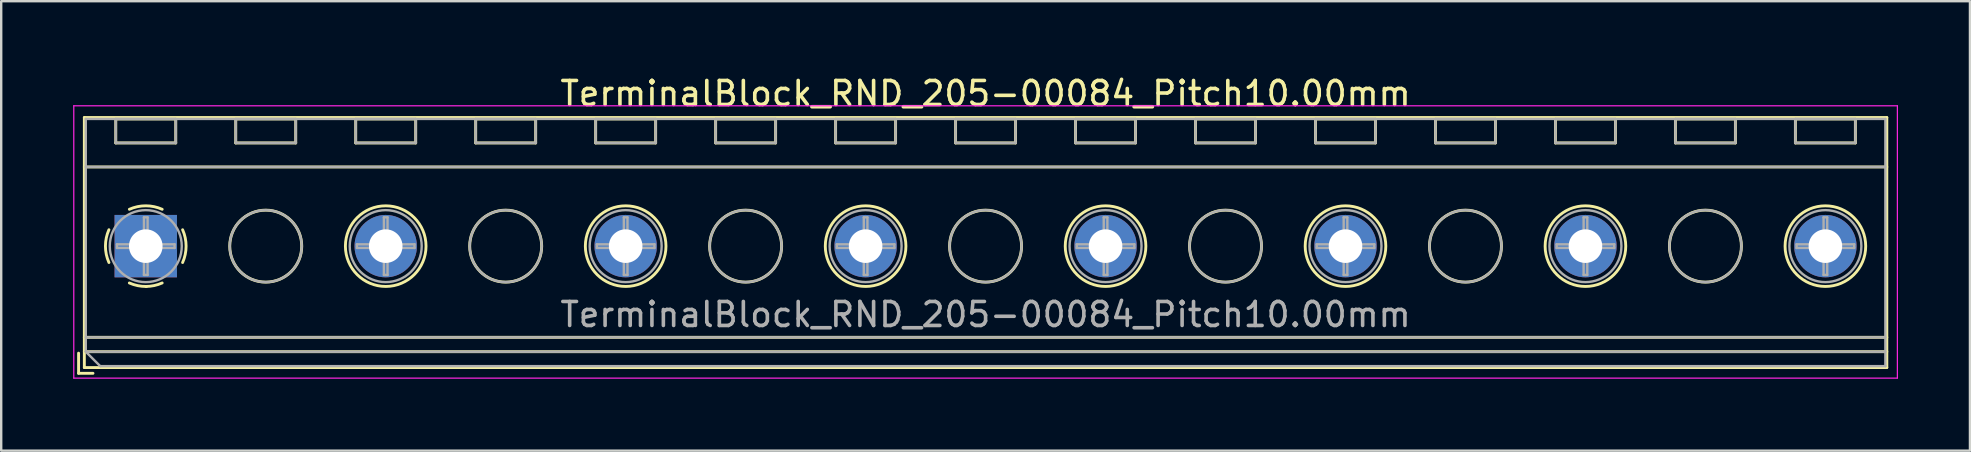
<source format=kicad_pcb>
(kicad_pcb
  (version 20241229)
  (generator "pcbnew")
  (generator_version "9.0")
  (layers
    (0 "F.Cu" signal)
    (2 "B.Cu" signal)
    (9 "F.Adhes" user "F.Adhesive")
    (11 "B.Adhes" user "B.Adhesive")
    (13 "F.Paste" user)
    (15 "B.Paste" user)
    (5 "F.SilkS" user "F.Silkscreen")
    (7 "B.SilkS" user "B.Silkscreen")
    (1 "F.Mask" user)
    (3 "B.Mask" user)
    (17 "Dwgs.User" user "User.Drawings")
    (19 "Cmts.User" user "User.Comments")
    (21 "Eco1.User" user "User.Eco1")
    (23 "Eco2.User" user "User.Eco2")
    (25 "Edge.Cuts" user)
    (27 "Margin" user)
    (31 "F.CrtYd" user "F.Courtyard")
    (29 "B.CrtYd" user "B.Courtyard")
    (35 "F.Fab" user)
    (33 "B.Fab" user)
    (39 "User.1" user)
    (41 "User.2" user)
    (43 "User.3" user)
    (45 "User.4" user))
  (footprint "TerminalBlock_RND_205-00084_Pitch10.00mm"
    (layer "F.Cu")
    (at 3.025 7.208)
    (property "Reference" "TerminalBlock_RND_205-00084_Pitch10.00mm" (at 35 -6.36 0) (layer "F.SilkS") (effects (font (size 1 1) (thickness 0.15))))
    (attr through_hole)
    (fp_line (start -2.8 4.46) (end -2.8 5.3) (stroke (width 0.12) (type solid)) (layer "F.SilkS"))
    (fp_line (start -2.8 5.3) (end -2.2 5.3) (stroke (width 0.12) (type solid)) (layer "F.SilkS"))
    (fp_line (start -2.56 -5.36) (end -2.56 5.06) (stroke (width 0.12) (type solid)) (layer "F.SilkS"))
    (fp_line (start -2.56 -3.3) (end 72.56 -3.3) (stroke (width 0.12) (type solid)) (layer "F.SilkS"))
    (fp_line (start -2.56 3.8) (end 72.56 3.8) (stroke (width 0.12) (type solid)) (layer "F.SilkS"))
    (fp_line (start -2.56 4.4) (end 72.56 4.4) (stroke (width 0.12) (type solid)) (layer "F.SilkS"))
    (fp_line (start -2.56 5.06) (end 72.56 5.06) (stroke (width 0.12) (type solid)) (layer "F.SilkS"))
    (fp_line (start -1.25 -5.301) (end -1.25 -4.301) (stroke (width 0.12) (type solid)) (layer "F.SilkS"))
    (fp_line (start -1.25 -5.301) (end 1.25 -5.301) (stroke (width 0.12) (type solid)) (layer "F.SilkS"))
    (fp_line (start -1.25 -4.301) (end 1.25 -4.301) (stroke (width 0.12) (type solid)) (layer "F.SilkS"))
    (fp_line (start 1.25 -5.301) (end 1.25 -4.301) (stroke (width 0.12) (type solid)) (layer "F.SilkS"))
    (fp_line (start 3.75 -5.301) (end 3.75 -4.301) (stroke (width 0.12) (type solid)) (layer "F.SilkS"))
    (fp_line (start 3.75 -5.301) (end 6.25 -5.301) (stroke (width 0.12) (type solid)) (layer "F.SilkS"))
    (fp_line (start 3.75 -4.301) (end 6.25 -4.301) (stroke (width 0.12) (type solid)) (layer "F.SilkS"))
    (fp_line (start 6.25 -5.301) (end 6.25 -4.301) (stroke (width 0.12) (type solid)) (layer "F.SilkS"))
    (fp_line (start 8.75 -5.301) (end 8.75 -4.301) (stroke (width 0.12) (type solid)) (layer "F.SilkS"))
    (fp_line (start 8.75 -5.301) (end 11.25 -5.301) (stroke (width 0.12) (type solid)) (layer "F.SilkS"))
    (fp_line (start 8.75 -4.301) (end 11.25 -4.301) (stroke (width 0.12) (type solid)) (layer "F.SilkS"))
    (fp_line (start 11.25 -5.301) (end 11.25 -4.301) (stroke (width 0.12) (type solid)) (layer "F.SilkS"))
    (fp_line (start 13.75 -5.301) (end 13.75 -4.301) (stroke (width 0.12) (type solid)) (layer "F.SilkS"))
    (fp_line (start 13.75 -5.301) (end 16.25 -5.301) (stroke (width 0.12) (type solid)) (layer "F.SilkS"))
    (fp_line (start 13.75 -4.301) (end 16.25 -4.301) (stroke (width 0.12) (type solid)) (layer "F.SilkS"))
    (fp_line (start 16.25 -5.301) (end 16.25 -4.301) (stroke (width 0.12) (type solid)) (layer "F.SilkS"))
    (fp_line (start 18.75 -5.301) (end 18.75 -4.301) (stroke (width 0.12) (type solid)) (layer "F.SilkS"))
    (fp_line (start 18.75 -5.301) (end 21.25 -5.301) (stroke (width 0.12) (type solid)) (layer "F.SilkS"))
    (fp_line (start 18.75 -4.301) (end 21.25 -4.301) (stroke (width 0.12) (type solid)) (layer "F.SilkS"))
    (fp_line (start 21.25 -5.301) (end 21.25 -4.301) (stroke (width 0.12) (type solid)) (layer "F.SilkS"))
    (fp_line (start 23.75 -5.301) (end 23.75 -4.301) (stroke (width 0.12) (type solid)) (layer "F.SilkS"))
    (fp_line (start 23.75 -5.301) (end 26.25 -5.301) (stroke (width 0.12) (type solid)) (layer "F.SilkS"))
    (fp_line (start 23.75 -4.301) (end 26.25 -4.301) (stroke (width 0.12) (type solid)) (layer "F.SilkS"))
    (fp_line (start 26.25 -5.301) (end 26.25 -4.301) (stroke (width 0.12) (type solid)) (layer "F.SilkS"))
    (fp_line (start 28.75 -5.301) (end 28.75 -4.301) (stroke (width 0.12) (type solid)) (layer "F.SilkS"))
    (fp_line (start 28.75 -5.301) (end 31.25 -5.301) (stroke (width 0.12) (type solid)) (layer "F.SilkS"))
    (fp_line (start 28.75 -4.301) (end 31.25 -4.301) (stroke (width 0.12) (type solid)) (layer "F.SilkS"))
    (fp_line (start 31.25 -5.301) (end 31.25 -4.301) (stroke (width 0.12) (type solid)) (layer "F.SilkS"))
    (fp_line (start 33.75 -5.301) (end 33.75 -4.301) (stroke (width 0.12) (type solid)) (layer "F.SilkS"))
    (fp_line (start 33.75 -5.301) (end 36.25 -5.301) (stroke (width 0.12) (type solid)) (layer "F.SilkS"))
    (fp_line (start 33.75 -4.301) (end 36.25 -4.301) (stroke (width 0.12) (type solid)) (layer "F.SilkS"))
    (fp_line (start 36.25 -5.301) (end 36.25 -4.301) (stroke (width 0.12) (type solid)) (layer "F.SilkS"))
    (fp_line (start 38.75 -5.301) (end 38.75 -4.301) (stroke (width 0.12) (type solid)) (layer "F.SilkS"))
    (fp_line (start 38.75 -5.301) (end 41.25 -5.301) (stroke (width 0.12) (type solid)) (layer "F.SilkS"))
    (fp_line (start 38.75 -4.301) (end 41.25 -4.301) (stroke (width 0.12) (type solid)) (layer "F.SilkS"))
    (fp_line (start 41.25 -5.301) (end 41.25 -4.301) (stroke (width 0.12) (type solid)) (layer "F.SilkS"))
    (fp_line (start 43.75 -5.301) (end 43.75 -4.301) (stroke (width 0.12) (type solid)) (layer "F.SilkS"))
    (fp_line (start 43.75 -5.301) (end 46.25 -5.301) (stroke (width 0.12) (type solid)) (layer "F.SilkS"))
    (fp_line (start 43.75 -4.301) (end 46.25 -4.301) (stroke (width 0.12) (type solid)) (layer "F.SilkS"))
    (fp_line (start 46.25 -5.301) (end 46.25 -4.301) (stroke (width 0.12) (type solid)) (layer "F.SilkS"))
    (fp_line (start 48.75 -5.301) (end 48.75 -4.301) (stroke (width 0.12) (type solid)) (layer "F.SilkS"))
    (fp_line (start 48.75 -5.301) (end 51.25 -5.301) (stroke (width 0.12) (type solid)) (layer "F.SilkS"))
    (fp_line (start 48.75 -4.301) (end 51.25 -4.301) (stroke (width 0.12) (type solid)) (layer "F.SilkS"))
    (fp_line (start 51.25 -5.301) (end 51.25 -4.301) (stroke (width 0.12) (type solid)) (layer "F.SilkS"))
    (fp_line (start 53.75 -5.301) (end 53.75 -4.301) (stroke (width 0.12) (type solid)) (layer "F.SilkS"))
    (fp_line (start 53.75 -5.301) (end 56.25 -5.301) (stroke (width 0.12) (type solid)) (layer "F.SilkS"))
    (fp_line (start 53.75 -4.301) (end 56.25 -4.301) (stroke (width 0.12) (type solid)) (layer "F.SilkS"))
    (fp_line (start 56.25 -5.301) (end 56.25 -4.301) (stroke (width 0.12) (type solid)) (layer "F.SilkS"))
    (fp_line (start 58.75 -5.301) (end 58.75 -4.301) (stroke (width 0.12) (type solid)) (layer "F.SilkS"))
    (fp_line (start 58.75 -5.301) (end 61.25 -5.301) (stroke (width 0.12) (type solid)) (layer "F.SilkS"))
    (fp_line (start 58.75 -4.301) (end 61.25 -4.301) (stroke (width 0.12) (type solid)) (layer "F.SilkS"))
    (fp_line (start 61.25 -5.301) (end 61.25 -4.301) (stroke (width 0.12) (type solid)) (layer "F.SilkS"))
    (fp_line (start 63.75 -5.301) (end 63.75 -4.301) (stroke (width 0.12) (type solid)) (layer "F.SilkS"))
    (fp_line (start 63.75 -5.301) (end 66.25 -5.301) (stroke (width 0.12) (type solid)) (layer "F.SilkS"))
    (fp_line (start 63.75 -4.301) (end 66.25 -4.301) (stroke (width 0.12) (type solid)) (layer "F.SilkS"))
    (fp_line (start 66.25 -5.301) (end 66.25 -4.301) (stroke (width 0.12) (type solid)) (layer "F.SilkS"))
    (fp_line (start 68.75 -5.301) (end 68.75 -4.301) (stroke (width 0.12) (type solid)) (layer "F.SilkS"))
    (fp_line (start 68.75 -5.301) (end 71.25 -5.301) (stroke (width 0.12) (type solid)) (layer "F.SilkS"))
    (fp_line (start 68.75 -4.301) (end 71.25 -4.301) (stroke (width 0.12) (type solid)) (layer "F.SilkS"))
    (fp_line (start 71.25 -5.301) (end 71.25 -4.301) (stroke (width 0.12) (type solid)) (layer "F.SilkS"))
    (fp_line (start 72.56 -5.36) (end -2.56 -5.36) (stroke (width 0.12) (type solid)) (layer "F.SilkS"))
    (fp_line (start 72.56 5.06) (end 72.56 -5.36) (stroke (width 0.12) (type solid)) (layer "F.SilkS"))
    (fp_arc (start -1.535427 0.683042) (mid -1.680501 -0.000524) (end -1.535 -0.684) (stroke (width 0.12) (type solid)) (layer "F.SilkS"))
    (fp_arc (start -0.683042 -1.535427) (mid 0.000524 -1.680501) (end 0.684 -1.535) (stroke (width 0.12) (type solid)) (layer "F.SilkS"))
    (fp_arc (start 0.028805 1.680253) (mid -0.335551 1.646659) (end -0.684 1.535) (stroke (width 0.12) (type solid)) (layer "F.SilkS"))
    (fp_arc (start 0.683318 1.534756) (mid 0.349292 1.643288) (end 0 1.68) (stroke (width 0.12) (type solid)) (layer "F.SilkS"))
    (fp_arc (start 1.535427 -0.683042) (mid 1.680501 0.000524) (end 1.535 0.684) (stroke (width 0.12) (type solid)) (layer "F.SilkS"))
    (fp_circle (center 5 0) (end 6.5 0) (stroke (width 0.12) (type solid)) (fill no) (layer "F.SilkS"))
    (fp_circle (center 10 0) (end 11.68 0) (stroke (width 0.12) (type solid)) (fill no) (layer "F.SilkS"))
    (fp_circle (center 15 0) (end 16.5 0) (stroke (width 0.12) (type solid)) (fill no) (layer "F.SilkS"))
    (fp_circle (center 20 0) (end 21.68 0) (stroke (width 0.12) (type solid)) (fill no) (layer "F.SilkS"))
    (fp_circle (center 25 0) (end 26.5 0) (stroke (width 0.12) (type solid)) (fill no) (layer "F.SilkS"))
    (fp_circle (center 30 0) (end 31.68 0) (stroke (width 0.12) (type solid)) (fill no) (layer "F.SilkS"))
    (fp_circle (center 35 0) (end 36.5 0) (stroke (width 0.12) (type solid)) (fill no) (layer "F.SilkS"))
    (fp_circle (center 40 0) (end 41.68 0) (stroke (width 0.12) (type solid)) (fill no) (layer "F.SilkS"))
    (fp_circle (center 45 0) (end 46.5 0) (stroke (width 0.12) (type solid)) (fill no) (layer "F.SilkS"))
    (fp_circle (center 50 0) (end 51.68 0) (stroke (width 0.12) (type solid)) (fill no) (layer "F.SilkS"))
    (fp_circle (center 55 0) (end 56.5 0) (stroke (width 0.12) (type solid)) (fill no) (layer "F.SilkS"))
    (fp_circle (center 60 0) (end 61.68 0) (stroke (width 0.12) (type solid)) (fill no) (layer "F.SilkS"))
    (fp_circle (center 65 0) (end 66.5 0) (stroke (width 0.12) (type solid)) (fill no) (layer "F.SilkS"))
    (fp_circle (center 70 0) (end 71.68 0) (stroke (width 0.12) (type solid)) (fill no) (layer "F.SilkS"))
    (fp_line (start -3 -5.85) (end -3 5.5) (stroke (width 0.05) (type solid)) (layer "F.CrtYd"))
    (fp_line (start -3 5.5) (end 73 5.5) (stroke (width 0.05) (type solid)) (layer "F.CrtYd"))
    (fp_line (start 73 -5.85) (end -3 -5.85) (stroke (width 0.05) (type solid)) (layer "F.CrtYd"))
    (fp_line (start 73 5.5) (end 73 -5.85) (stroke (width 0.05) (type solid)) (layer "F.CrtYd"))
    (fp_line (start -2.5 -5.3) (end 72.5 -5.3) (stroke (width 0.1) (type solid)) (layer "F.Fab"))
    (fp_line (start -2.5 -3.3) (end 72.5 -3.3) (stroke (width 0.1) (type solid)) (layer "F.Fab"))
    (fp_line (start -2.5 3.8) (end 72.5 3.8) (stroke (width 0.1) (type solid)) (layer "F.Fab"))
    (fp_line (start -2.5 4.4) (end -2.5 -5.3) (stroke (width 0.1) (type solid)) (layer "F.Fab"))
    (fp_line (start -2.5 4.4) (end 72.5 4.4) (stroke (width 0.1) (type solid)) (layer "F.Fab"))
    (fp_line (start -1.9 5) (end -2.5 4.4) (stroke (width 0.1) (type solid)) (layer "F.Fab"))
    (fp_line (start -1.25 -5.3) (end -1.25 -4.3) (stroke (width 0.1) (type solid)) (layer "F.Fab"))
    (fp_line (start -1.25 -4.3) (end 1.25 -4.3) (stroke (width 0.1) (type solid)) (layer "F.Fab"))
    (fp_line (start -1.201 -0.076) (end -0.076 -0.076) (stroke (width 0.1) (type solid)) (layer "F.Fab"))
    (fp_line (start -1.201 0.076) (end -1.201 -0.076) (stroke (width 0.1) (type solid)) (layer "F.Fab"))
    (fp_line (start -0.076 -1.201) (end 0.076 -1.201) (stroke (width 0.1) (type solid)) (layer "F.Fab"))
    (fp_line (start -0.076 -0.076) (end -0.076 -1.201) (stroke (width 0.1) (type solid)) (layer "F.Fab"))
    (fp_line (start -0.076 0.076) (end -1.201 0.076) (stroke (width 0.1) (type solid)) (layer "F.Fab"))
    (fp_line (start -0.076 1.201) (end -0.076 0.076) (stroke (width 0.1) (type solid)) (layer "F.Fab"))
    (fp_line (start 0.076 -1.201) (end 0.076 -0.076) (stroke (width 0.1) (type solid)) (layer "F.Fab"))
    (fp_line (start 0.076 -0.076) (end 1.201 -0.076) (stroke (width 0.1) (type solid)) (layer "F.Fab"))
    (fp_line (start 0.076 0.076) (end 0.076 1.201) (stroke (width 0.1) (type solid)) (layer "F.Fab"))
    (fp_line (start 0.076 1.201) (end -0.076 1.201) (stroke (width 0.1) (type solid)) (layer "F.Fab"))
    (fp_line (start 1.201 -0.076) (end 1.201 0.076) (stroke (width 0.1) (type solid)) (layer "F.Fab"))
    (fp_line (start 1.201 0.076) (end 0.076 0.076) (stroke (width 0.1) (type solid)) (layer "F.Fab"))
    (fp_line (start 1.25 -5.3) (end -1.25 -5.3) (stroke (width 0.1) (type solid)) (layer "F.Fab"))
    (fp_line (start 1.25 -4.3) (end 1.25 -5.3) (stroke (width 0.1) (type solid)) (layer "F.Fab"))
    (fp_line (start 3.75 -5.3) (end 3.75 -4.3) (stroke (width 0.1) (type solid)) (layer "F.Fab"))
    (fp_line (start 3.75 -4.3) (end 6.25 -4.3) (stroke (width 0.1) (type solid)) (layer "F.Fab"))
    (fp_line (start 6.25 -5.3) (end 3.75 -5.3) (stroke (width 0.1) (type solid)) (layer "F.Fab"))
    (fp_line (start 6.25 -4.3) (end 6.25 -5.3) (stroke (width 0.1) (type solid)) (layer "F.Fab"))
    (fp_line (start 8.75 -5.3) (end 8.75 -4.3) (stroke (width 0.1) (type solid)) (layer "F.Fab"))
    (fp_line (start 8.75 -4.3) (end 11.25 -4.3) (stroke (width 0.1) (type solid)) (layer "F.Fab"))
    (fp_line (start 8.799 -0.076) (end 9.924 -0.076) (stroke (width 0.1) (type solid)) (layer "F.Fab"))
    (fp_line (start 8.799 0.076) (end 8.799 -0.076) (stroke (width 0.1) (type solid)) (layer "F.Fab"))
    (fp_line (start 9.924 -1.201) (end 10.076 -1.201) (stroke (width 0.1) (type solid)) (layer "F.Fab"))
    (fp_line (start 9.924 -0.076) (end 9.924 -1.201) (stroke (width 0.1) (type solid)) (layer "F.Fab"))
    (fp_line (start 9.924 0.076) (end 8.799 0.076) (stroke (width 0.1) (type solid)) (layer "F.Fab"))
    (fp_line (start 9.924 1.201) (end 9.924 0.076) (stroke (width 0.1) (type solid)) (layer "F.Fab"))
    (fp_line (start 10.076 -1.201) (end 10.076 -0.076) (stroke (width 0.1) (type solid)) (layer "F.Fab"))
    (fp_line (start 10.076 -0.076) (end 11.201 -0.076) (stroke (width 0.1) (type solid)) (layer "F.Fab"))
    (fp_line (start 10.076 0.076) (end 10.076 1.201) (stroke (width 0.1) (type solid)) (layer "F.Fab"))
    (fp_line (start 10.076 1.201) (end 9.924 1.201) (stroke (width 0.1) (type solid)) (layer "F.Fab"))
    (fp_line (start 11.201 -0.076) (end 11.201 0.076) (stroke (width 0.1) (type solid)) (layer "F.Fab"))
    (fp_line (start 11.201 0.076) (end 10.076 0.076) (stroke (width 0.1) (type solid)) (layer "F.Fab"))
    (fp_line (start 11.25 -5.3) (end 8.75 -5.3) (stroke (width 0.1) (type solid)) (layer "F.Fab"))
    (fp_line (start 11.25 -4.3) (end 11.25 -5.3) (stroke (width 0.1) (type solid)) (layer "F.Fab"))
    (fp_line (start 13.75 -5.3) (end 13.75 -4.3) (stroke (width 0.1) (type solid)) (layer "F.Fab"))
    (fp_line (start 13.75 -4.3) (end 16.25 -4.3) (stroke (width 0.1) (type solid)) (layer "F.Fab"))
    (fp_line (start 16.25 -5.3) (end 13.75 -5.3) (stroke (width 0.1) (type solid)) (layer "F.Fab"))
    (fp_line (start 16.25 -4.3) (end 16.25 -5.3) (stroke (width 0.1) (type solid)) (layer "F.Fab"))
    (fp_line (start 18.75 -5.3) (end 18.75 -4.3) (stroke (width 0.1) (type solid)) (layer "F.Fab"))
    (fp_line (start 18.75 -4.3) (end 21.25 -4.3) (stroke (width 0.1) (type solid)) (layer "F.Fab"))
    (fp_line (start 18.799 -0.076) (end 19.924 -0.076) (stroke (width 0.1) (type solid)) (layer "F.Fab"))
    (fp_line (start 18.799 0.076) (end 18.799 -0.076) (stroke (width 0.1) (type solid)) (layer "F.Fab"))
    (fp_line (start 19.924 -1.201) (end 20.076 -1.201) (stroke (width 0.1) (type solid)) (layer "F.Fab"))
    (fp_line (start 19.924 -0.076) (end 19.924 -1.201) (stroke (width 0.1) (type solid)) (layer "F.Fab"))
    (fp_line (start 19.924 0.076) (end 18.799 0.076) (stroke (width 0.1) (type solid)) (layer "F.Fab"))
    (fp_line (start 19.924 1.201) (end 19.924 0.076) (stroke (width 0.1) (type solid)) (layer "F.Fab"))
    (fp_line (start 20.076 -1.201) (end 20.076 -0.076) (stroke (width 0.1) (type solid)) (layer "F.Fab"))
    (fp_line (start 20.076 -0.076) (end 21.201 -0.076) (stroke (width 0.1) (type solid)) (layer "F.Fab"))
    (fp_line (start 20.076 0.076) (end 20.076 1.201) (stroke (width 0.1) (type solid)) (layer "F.Fab"))
    (fp_line (start 20.076 1.201) (end 19.924 1.201) (stroke (width 0.1) (type solid)) (layer "F.Fab"))
    (fp_line (start 21.201 -0.076) (end 21.201 0.076) (stroke (width 0.1) (type solid)) (layer "F.Fab"))
    (fp_line (start 21.201 0.076) (end 20.076 0.076) (stroke (width 0.1) (type solid)) (layer "F.Fab"))
    (fp_line (start 21.25 -5.3) (end 18.75 -5.3) (stroke (width 0.1) (type solid)) (layer "F.Fab"))
    (fp_line (start 21.25 -4.3) (end 21.25 -5.3) (stroke (width 0.1) (type solid)) (layer "F.Fab"))
    (fp_line (start 23.75 -5.3) (end 23.75 -4.3) (stroke (width 0.1) (type solid)) (layer "F.Fab"))
    (fp_line (start 23.75 -4.3) (end 26.25 -4.3) (stroke (width 0.1) (type solid)) (layer "F.Fab"))
    (fp_line (start 26.25 -5.3) (end 23.75 -5.3) (stroke (width 0.1) (type solid)) (layer "F.Fab"))
    (fp_line (start 26.25 -4.3) (end 26.25 -5.3) (stroke (width 0.1) (type solid)) (layer "F.Fab"))
    (fp_line (start 28.75 -5.3) (end 28.75 -4.3) (stroke (width 0.1) (type solid)) (layer "F.Fab"))
    (fp_line (start 28.75 -4.3) (end 31.25 -4.3) (stroke (width 0.1) (type solid)) (layer "F.Fab"))
    (fp_line (start 28.799 -0.076) (end 29.924 -0.076) (stroke (width 0.1) (type solid)) (layer "F.Fab"))
    (fp_line (start 28.799 0.076) (end 28.799 -0.076) (stroke (width 0.1) (type solid)) (layer "F.Fab"))
    (fp_line (start 29.924 -1.201) (end 30.076 -1.201) (stroke (width 0.1) (type solid)) (layer "F.Fab"))
    (fp_line (start 29.924 -0.076) (end 29.924 -1.201) (stroke (width 0.1) (type solid)) (layer "F.Fab"))
    (fp_line (start 29.924 0.076) (end 28.799 0.076) (stroke (width 0.1) (type solid)) (layer "F.Fab"))
    (fp_line (start 29.924 1.201) (end 29.924 0.076) (stroke (width 0.1) (type solid)) (layer "F.Fab"))
    (fp_line (start 30.076 -1.201) (end 30.076 -0.076) (stroke (width 0.1) (type solid)) (layer "F.Fab"))
    (fp_line (start 30.076 -0.076) (end 31.201 -0.076) (stroke (width 0.1) (type solid)) (layer "F.Fab"))
    (fp_line (start 30.076 0.076) (end 30.076 1.201) (stroke (width 0.1) (type solid)) (layer "F.Fab"))
    (fp_line (start 30.076 1.201) (end 29.924 1.201) (stroke (width 0.1) (type solid)) (layer "F.Fab"))
    (fp_line (start 31.201 -0.076) (end 31.201 0.076) (stroke (width 0.1) (type solid)) (layer "F.Fab"))
    (fp_line (start 31.201 0.076) (end 30.076 0.076) (stroke (width 0.1) (type solid)) (layer "F.Fab"))
    (fp_line (start 31.25 -5.3) (end 28.75 -5.3) (stroke (width 0.1) (type solid)) (layer "F.Fab"))
    (fp_line (start 31.25 -4.3) (end 31.25 -5.3) (stroke (width 0.1) (type solid)) (layer "F.Fab"))
    (fp_line (start 33.75 -5.3) (end 33.75 -4.3) (stroke (width 0.1) (type solid)) (layer "F.Fab"))
    (fp_line (start 33.75 -4.3) (end 36.25 -4.3) (stroke (width 0.1) (type solid)) (layer "F.Fab"))
    (fp_line (start 36.25 -5.3) (end 33.75 -5.3) (stroke (width 0.1) (type solid)) (layer "F.Fab"))
    (fp_line (start 36.25 -4.3) (end 36.25 -5.3) (stroke (width 0.1) (type solid)) (layer "F.Fab"))
    (fp_line (start 38.75 -5.3) (end 38.75 -4.3) (stroke (width 0.1) (type solid)) (layer "F.Fab"))
    (fp_line (start 38.75 -4.3) (end 41.25 -4.3) (stroke (width 0.1) (type solid)) (layer "F.Fab"))
    (fp_line (start 38.799 -0.076) (end 39.924 -0.076) (stroke (width 0.1) (type solid)) (layer "F.Fab"))
    (fp_line (start 38.799 0.076) (end 38.799 -0.076) (stroke (width 0.1) (type solid)) (layer "F.Fab"))
    (fp_line (start 39.924 -1.201) (end 40.076 -1.201) (stroke (width 0.1) (type solid)) (layer "F.Fab"))
    (fp_line (start 39.924 -0.076) (end 39.924 -1.201) (stroke (width 0.1) (type solid)) (layer "F.Fab"))
    (fp_line (start 39.924 0.076) (end 38.799 0.076) (stroke (width 0.1) (type solid)) (layer "F.Fab"))
    (fp_line (start 39.924 1.201) (end 39.924 0.076) (stroke (width 0.1) (type solid)) (layer "F.Fab"))
    (fp_line (start 40.076 -1.201) (end 40.076 -0.076) (stroke (width 0.1) (type solid)) (layer "F.Fab"))
    (fp_line (start 40.076 -0.076) (end 41.201 -0.076) (stroke (width 0.1) (type solid)) (layer "F.Fab"))
    (fp_line (start 40.076 0.076) (end 40.076 1.201) (stroke (width 0.1) (type solid)) (layer "F.Fab"))
    (fp_line (start 40.076 1.201) (end 39.924 1.201) (stroke (width 0.1) (type solid)) (layer "F.Fab"))
    (fp_line (start 41.201 -0.076) (end 41.201 0.076) (stroke (width 0.1) (type solid)) (layer "F.Fab"))
    (fp_line (start 41.201 0.076) (end 40.076 0.076) (stroke (width 0.1) (type solid)) (layer "F.Fab"))
    (fp_line (start 41.25 -5.3) (end 38.75 -5.3) (stroke (width 0.1) (type solid)) (layer "F.Fab"))
    (fp_line (start 41.25 -4.3) (end 41.25 -5.3) (stroke (width 0.1) (type solid)) (layer "F.Fab"))
    (fp_line (start 43.75 -5.3) (end 43.75 -4.3) (stroke (width 0.1) (type solid)) (layer "F.Fab"))
    (fp_line (start 43.75 -4.3) (end 46.25 -4.3) (stroke (width 0.1) (type solid)) (layer "F.Fab"))
    (fp_line (start 46.25 -5.3) (end 43.75 -5.3) (stroke (width 0.1) (type solid)) (layer "F.Fab"))
    (fp_line (start 46.25 -4.3) (end 46.25 -5.3) (stroke (width 0.1) (type solid)) (layer "F.Fab"))
    (fp_line (start 48.75 -5.3) (end 48.75 -4.3) (stroke (width 0.1) (type solid)) (layer "F.Fab"))
    (fp_line (start 48.75 -4.3) (end 51.25 -4.3) (stroke (width 0.1) (type solid)) (layer "F.Fab"))
    (fp_line (start 48.799 -0.076) (end 49.924 -0.076) (stroke (width 0.1) (type solid)) (layer "F.Fab"))
    (fp_line (start 48.799 0.076) (end 48.799 -0.076) (stroke (width 0.1) (type solid)) (layer "F.Fab"))
    (fp_line (start 49.924 -1.201) (end 50.076 -1.201) (stroke (width 0.1) (type solid)) (layer "F.Fab"))
    (fp_line (start 49.924 -0.076) (end 49.924 -1.201) (stroke (width 0.1) (type solid)) (layer "F.Fab"))
    (fp_line (start 49.924 0.076) (end 48.799 0.076) (stroke (width 0.1) (type solid)) (layer "F.Fab"))
    (fp_line (start 49.924 1.201) (end 49.924 0.076) (stroke (width 0.1) (type solid)) (layer "F.Fab"))
    (fp_line (start 50.076 -1.201) (end 50.076 -0.076) (stroke (width 0.1) (type solid)) (layer "F.Fab"))
    (fp_line (start 50.076 -0.076) (end 51.201 -0.076) (stroke (width 0.1) (type solid)) (layer "F.Fab"))
    (fp_line (start 50.076 0.076) (end 50.076 1.201) (stroke (width 0.1) (type solid)) (layer "F.Fab"))
    (fp_line (start 50.076 1.201) (end 49.924 1.201) (stroke (width 0.1) (type solid)) (layer "F.Fab"))
    (fp_line (start 51.201 -0.076) (end 51.201 0.076) (stroke (width 0.1) (type solid)) (layer "F.Fab"))
    (fp_line (start 51.201 0.076) (end 50.076 0.076) (stroke (width 0.1) (type solid)) (layer "F.Fab"))
    (fp_line (start 51.25 -5.3) (end 48.75 -5.3) (stroke (width 0.1) (type solid)) (layer "F.Fab"))
    (fp_line (start 51.25 -4.3) (end 51.25 -5.3) (stroke (width 0.1) (type solid)) (layer "F.Fab"))
    (fp_line (start 53.75 -5.3) (end 53.75 -4.3) (stroke (width 0.1) (type solid)) (layer "F.Fab"))
    (fp_line (start 53.75 -4.3) (end 56.25 -4.3) (stroke (width 0.1) (type solid)) (layer "F.Fab"))
    (fp_line (start 56.25 -5.3) (end 53.75 -5.3) (stroke (width 0.1) (type solid)) (layer "F.Fab"))
    (fp_line (start 56.25 -4.3) (end 56.25 -5.3) (stroke (width 0.1) (type solid)) (layer "F.Fab"))
    (fp_line (start 58.75 -5.3) (end 58.75 -4.3) (stroke (width 0.1) (type solid)) (layer "F.Fab"))
    (fp_line (start 58.75 -4.3) (end 61.25 -4.3) (stroke (width 0.1) (type solid)) (layer "F.Fab"))
    (fp_line (start 58.799 -0.076) (end 59.924 -0.076) (stroke (width 0.1) (type solid)) (layer "F.Fab"))
    (fp_line (start 58.799 0.076) (end 58.799 -0.076) (stroke (width 0.1) (type solid)) (layer "F.Fab"))
    (fp_line (start 59.924 -1.201) (end 60.076 -1.201) (stroke (width 0.1) (type solid)) (layer "F.Fab"))
    (fp_line (start 59.924 -0.076) (end 59.924 -1.201) (stroke (width 0.1) (type solid)) (layer "F.Fab"))
    (fp_line (start 59.924 0.076) (end 58.799 0.076) (stroke (width 0.1) (type solid)) (layer "F.Fab"))
    (fp_line (start 59.924 1.201) (end 59.924 0.076) (stroke (width 0.1) (type solid)) (layer "F.Fab"))
    (fp_line (start 60.076 -1.201) (end 60.076 -0.076) (stroke (width 0.1) (type solid)) (layer "F.Fab"))
    (fp_line (start 60.076 -0.076) (end 61.201 -0.076) (stroke (width 0.1) (type solid)) (layer "F.Fab"))
    (fp_line (start 60.076 0.076) (end 60.076 1.201) (stroke (width 0.1) (type solid)) (layer "F.Fab"))
    (fp_line (start 60.076 1.201) (end 59.924 1.201) (stroke (width 0.1) (type solid)) (layer "F.Fab"))
    (fp_line (start 61.201 -0.076) (end 61.201 0.076) (stroke (width 0.1) (type solid)) (layer "F.Fab"))
    (fp_line (start 61.201 0.076) (end 60.076 0.076) (stroke (width 0.1) (type solid)) (layer "F.Fab"))
    (fp_line (start 61.25 -5.3) (end 58.75 -5.3) (stroke (width 0.1) (type solid)) (layer "F.Fab"))
    (fp_line (start 61.25 -4.3) (end 61.25 -5.3) (stroke (width 0.1) (type solid)) (layer "F.Fab"))
    (fp_line (start 63.75 -5.3) (end 63.75 -4.3) (stroke (width 0.1) (type solid)) (layer "F.Fab"))
    (fp_line (start 63.75 -4.3) (end 66.25 -4.3) (stroke (width 0.1) (type solid)) (layer "F.Fab"))
    (fp_line (start 66.25 -5.3) (end 63.75 -5.3) (stroke (width 0.1) (type solid)) (layer "F.Fab"))
    (fp_line (start 66.25 -4.3) (end 66.25 -5.3) (stroke (width 0.1) (type solid)) (layer "F.Fab"))
    (fp_line (start 68.75 -5.3) (end 68.75 -4.3) (stroke (width 0.1) (type solid)) (layer "F.Fab"))
    (fp_line (start 68.75 -4.3) (end 71.25 -4.3) (stroke (width 0.1) (type solid)) (layer "F.Fab"))
    (fp_line (start 68.799 -0.076) (end 69.924 -0.076) (stroke (width 0.1) (type solid)) (layer "F.Fab"))
    (fp_line (start 68.799 0.076) (end 68.799 -0.076) (stroke (width 0.1) (type solid)) (layer "F.Fab"))
    (fp_line (start 69.924 -1.201) (end 70.076 -1.201) (stroke (width 0.1) (type solid)) (layer "F.Fab"))
    (fp_line (start 69.924 -0.076) (end 69.924 -1.201) (stroke (width 0.1) (type solid)) (layer "F.Fab"))
    (fp_line (start 69.924 0.076) (end 68.799 0.076) (stroke (width 0.1) (type solid)) (layer "F.Fab"))
    (fp_line (start 69.924 1.201) (end 69.924 0.076) (stroke (width 0.1) (type solid)) (layer "F.Fab"))
    (fp_line (start 70.076 -1.201) (end 70.076 -0.076) (stroke (width 0.1) (type solid)) (layer "F.Fab"))
    (fp_line (start 70.076 -0.076) (end 71.201 -0.076) (stroke (width 0.1) (type solid)) (layer "F.Fab"))
    (fp_line (start 70.076 0.076) (end 70.076 1.201) (stroke (width 0.1) (type solid)) (layer "F.Fab"))
    (fp_line (start 70.076 1.201) (end 69.924 1.201) (stroke (width 0.1) (type solid)) (layer "F.Fab"))
    (fp_line (start 71.201 -0.076) (end 71.201 0.076) (stroke (width 0.1) (type solid)) (layer "F.Fab"))
    (fp_line (start 71.201 0.076) (end 70.076 0.076) (stroke (width 0.1) (type solid)) (layer "F.Fab"))
    (fp_line (start 71.25 -5.3) (end 68.75 -5.3) (stroke (width 0.1) (type solid)) (layer "F.Fab"))
    (fp_line (start 71.25 -4.3) (end 71.25 -5.3) (stroke (width 0.1) (type solid)) (layer "F.Fab"))
    (fp_line (start 72.5 -5.3) (end 72.5 5) (stroke (width 0.1) (type solid)) (layer "F.Fab"))
    (fp_line (start 72.5 5) (end -1.9 5) (stroke (width 0.1) (type solid)) (layer "F.Fab"))
    (fp_circle (center 0 0) (end 1.5 0) (stroke (width 0.1) (type solid)) (fill no) (layer "F.Fab"))
    (fp_circle (center 5 0) (end 6.5 0) (stroke (width 0.1) (type solid)) (fill no) (layer "F.Fab"))
    (fp_circle (center 10 0) (end 11.5 0) (stroke (width 0.1) (type solid)) (fill no) (layer "F.Fab"))
    (fp_circle (center 15 0) (end 16.5 0) (stroke (width 0.1) (type solid)) (fill no) (layer "F.Fab"))
    (fp_circle (center 20 0) (end 21.5 0) (stroke (width 0.1) (type solid)) (fill no) (layer "F.Fab"))
    (fp_circle (center 25 0) (end 26.5 0) (stroke (width 0.1) (type solid)) (fill no) (layer "F.Fab"))
    (fp_circle (center 30 0) (end 31.5 0) (stroke (width 0.1) (type solid)) (fill no) (layer "F.Fab"))
    (fp_circle (center 35 0) (end 36.5 0) (stroke (width 0.1) (type solid)) (fill no) (layer "F.Fab"))
    (fp_circle (center 40 0) (end 41.5 0) (stroke (width 0.1) (type solid)) (fill no) (layer "F.Fab"))
    (fp_circle (center 45 0) (end 46.5 0) (stroke (width 0.1) (type solid)) (fill no) (layer "F.Fab"))
    (fp_circle (center 50 0) (end 51.5 0) (stroke (width 0.1) (type solid)) (fill no) (layer "F.Fab"))
    (fp_circle (center 55 0) (end 56.5 0) (stroke (width 0.1) (type solid)) (fill no) (layer "F.Fab"))
    (fp_circle (center 60 0) (end 61.5 0) (stroke (width 0.1) (type solid)) (fill no) (layer "F.Fab"))
    (fp_circle (center 65 0) (end 66.5 0) (stroke (width 0.1) (type solid)) (fill no) (layer "F.Fab"))
    (fp_circle (center 70 0) (end 71.5 0) (stroke (width 0.1) (type solid)) (fill no) (layer "F.Fab"))
    (fp_text user "${REFERENCE}" (at 35 2.85 0) (layer "F.Fab") (effects (font (size 1 1) (thickness 0.15))))
    (pad "1" thru_hole rect (at 0 0) (size 2.6 2.6) (drill 1.4) (layers "*.Cu" "*.Mask"))
    (pad "2" thru_hole circle (at 10 0) (size 2.6 2.6) (drill 1.4) (layers "*.Cu" "*.Mask"))
    (pad "3" thru_hole circle (at 20 0) (size 2.6 2.6) (drill 1.4) (layers "*.Cu" "*.Mask"))
    (pad "4" thru_hole circle (at 30 0) (size 2.6 2.6) (drill 1.4) (layers "*.Cu" "*.Mask"))
    (pad "5" thru_hole circle (at 40 0) (size 2.6 2.6) (drill 1.4) (layers "*.Cu" "*.Mask"))
    (pad "6" thru_hole circle (at 50 0) (size 2.6 2.6) (drill 1.4) (layers "*.Cu" "*.Mask"))
    (pad "7" thru_hole circle (at 60 0) (size 2.6 2.6) (drill 1.4) (layers "*.Cu" "*.Mask"))
    (pad "8" thru_hole circle (at 70 0) (size 2.6 2.6) (drill 1.4) (layers "*.Cu" "*.Mask")))
  (gr_rect
    (start -3 -3)
    (end 79.05 15.733)
    (stroke (width 0.1) (type default))
    (fill no)
    (layer "Edge.Cuts")))
</source>
